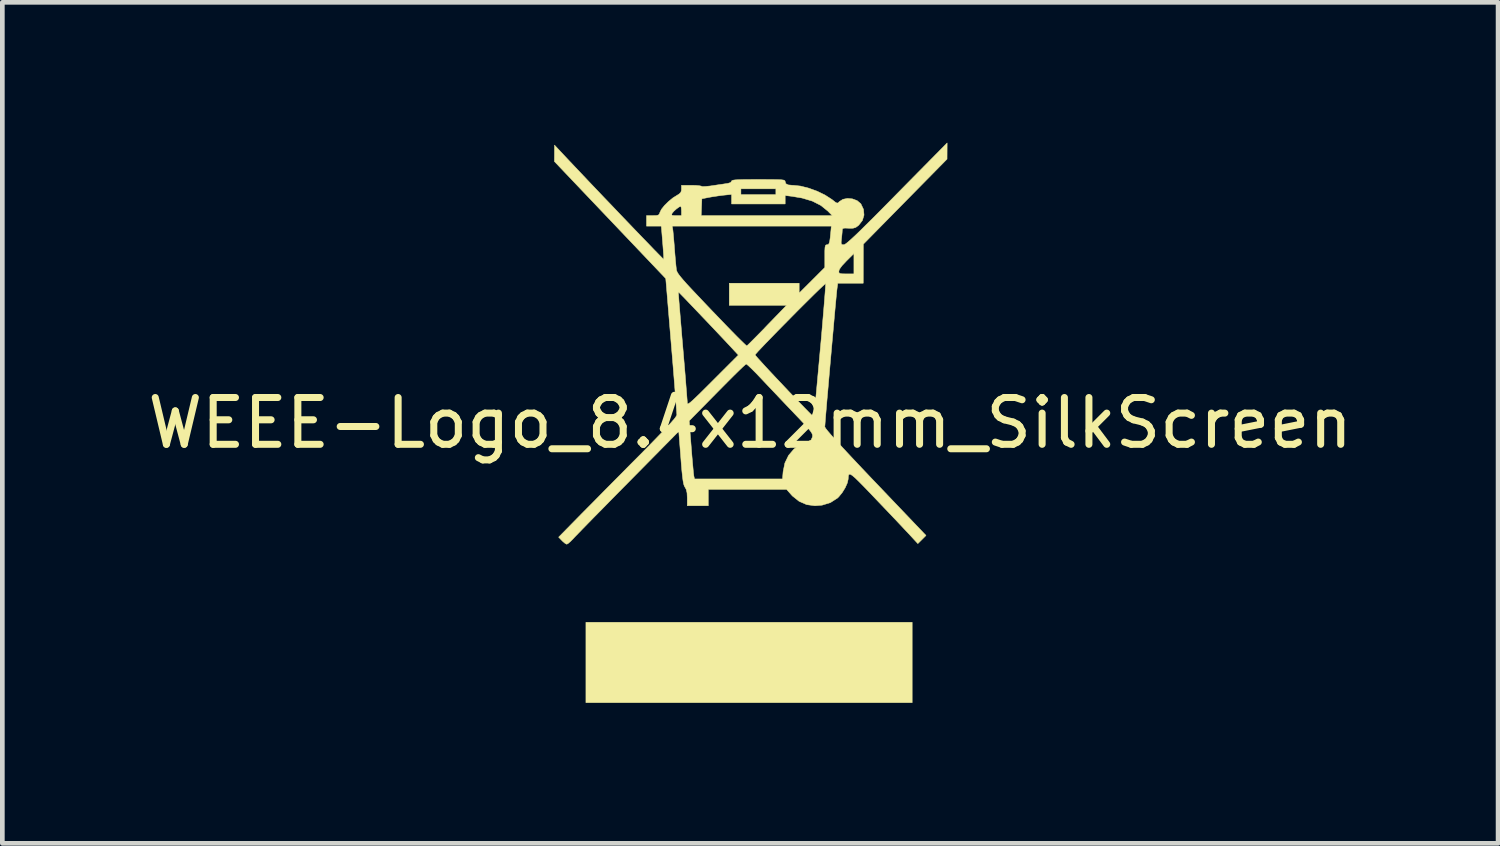
<source format=kicad_pcb>
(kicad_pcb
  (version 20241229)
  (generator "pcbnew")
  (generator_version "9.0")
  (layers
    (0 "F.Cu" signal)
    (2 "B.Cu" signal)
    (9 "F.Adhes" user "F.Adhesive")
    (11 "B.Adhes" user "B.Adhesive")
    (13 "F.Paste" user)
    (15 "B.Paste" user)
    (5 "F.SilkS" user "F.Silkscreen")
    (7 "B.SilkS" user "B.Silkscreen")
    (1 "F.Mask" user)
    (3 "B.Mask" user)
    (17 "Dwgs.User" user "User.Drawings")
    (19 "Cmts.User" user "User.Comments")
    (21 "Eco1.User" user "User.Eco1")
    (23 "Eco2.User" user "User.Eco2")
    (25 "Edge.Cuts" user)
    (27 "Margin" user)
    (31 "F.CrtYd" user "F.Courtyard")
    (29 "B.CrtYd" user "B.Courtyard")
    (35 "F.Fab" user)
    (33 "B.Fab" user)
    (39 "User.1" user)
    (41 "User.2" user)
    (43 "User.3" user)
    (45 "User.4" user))
  (footprint "WEEE-Logo_8.4x12mm_SilkScreen"
    (layer "F.Cu")
    (at 12.982 5.99)
    (property "Reference" "WEEE-Logo_8.4x12mm_SilkScreen" (at 0 0 0) (layer "F.SilkS") (effects (font (size 1 1) (thickness 0.15))))
    (attr board_only exclude_from_pos_files exclude_from_bom allow_missing_courtyard)
    (fp_poly (pts (xy 3.461 5.976) (xy -3.511 5.976) (xy -3.511 4.258) (xy 3.461 4.258) (xy 3.461 5.976)) (stroke (width 0.01) (type solid)) (fill yes) (layer "F.SilkS"))
    (fp_poly (pts (xy 4.207 -5.813) (xy 4.206 -5.64) (xy 3.311 -4.731) (xy 2.417 -3.822) (xy 2.415 -2.988) (xy 1.871 -2.988) (xy 1.857 -2.882) (xy 1.851 -2.834) (xy 1.842 -2.743) (xy 1.83 -2.615) (xy 1.815 -2.456) (xy 1.798 -2.269) (xy 1.78 -2.062) (xy 1.76 -1.84) (xy 1.739 -1.607) (xy 1.718 -1.37) (xy 1.697 -1.133) (xy 1.677 -0.903) (xy 1.658 -0.684) (xy 1.64 -0.482) (xy 1.625 -0.303) (xy 1.612 -0.151) (xy 1.603 -0.033) (xy 1.597 0.047) (xy 1.594 0.082) (xy 1.594 0.082) (xy 1.61 0.111) (xy 1.656 0.17) (xy 1.733 0.26) (xy 1.842 0.381) (xy 1.983 0.535) (xy 2.157 0.722) (xy 2.365 0.943) (xy 2.608 1.199) (xy 2.676 1.27) (xy 3.757 2.403) (xy 3.67 2.49) (xy 3.582 2.577) (xy 3.441 2.424) (xy 3.389 2.368) (xy 3.308 2.282) (xy 3.204 2.171) (xy 3.081 2.041) (xy 2.945 1.898) (xy 2.801 1.747) (xy 2.715 1.657) (xy 2.554 1.488) (xy 2.423 1.352) (xy 2.32 1.248) (xy 2.242 1.172) (xy 2.184 1.123) (xy 2.144 1.097) (xy 2.118 1.093) (xy 2.104 1.108) (xy 2.097 1.139) (xy 2.094 1.184) (xy 2.094 1.197) (xy 2.075 1.281) (xy 2.029 1.384) (xy 1.965 1.488) (xy 1.892 1.577) (xy 1.863 1.605) (xy 1.713 1.701) (xy 1.537 1.755) (xy 1.383 1.768) (xy 1.207 1.744) (xy 1.045 1.673) (xy 0.901 1.558) (xy 0.875 1.529) (xy 0.778 1.419) (xy -0.896 1.419) (xy -0.896 1.768) (xy -1.345 1.768) (xy -1.345 1.605) (xy -1.35 1.494) (xy -1.369 1.417) (xy -1.392 1.375) (xy -1.409 1.345) (xy -1.423 1.301) (xy -1.435 1.238) (xy -1.447 1.148) (xy -1.46 1.025) (xy -1.474 0.863) (xy -1.483 0.742) (xy -1.527 0.177) (xy -2.601 1.265) (xy -2.796 1.462) (xy -2.982 1.651) (xy -3.157 1.83) (xy -3.318 1.993) (xy -3.461 2.139) (xy -3.582 2.263) (xy -3.678 2.362) (xy -3.747 2.433) (xy -3.783 2.472) (xy -3.843 2.533) (xy -3.894 2.576) (xy -3.921 2.59) (xy -3.955 2.573) (xy -4.005 2.531) (xy -4.022 2.514) (xy -4.094 2.439) (xy -3.697 2.035) (xy -3.596 1.932) (xy -3.465 1.8) (xy -3.31 1.644) (xy -3.138 1.469) (xy -2.954 1.283) (xy -2.763 1.091) (xy -2.572 0.897) (xy -2.434 0.759) (xy -2.225 0.548) (xy -2.05 0.369) (xy -1.906 0.22) (xy -1.79 0.099) (xy -1.702 0.003) (xy -1.658 -0.047) (xy -1.305 -0.047) (xy -1.26 0.518) (xy -1.247 0.684) (xy -1.234 0.835) (xy -1.222 0.965) (xy -1.213 1.064) (xy -1.205 1.126) (xy -1.203 1.139) (xy -1.19 1.195) (xy 0.69 1.195) (xy 0.703 1.039) (xy 0.741 0.854) (xy 0.82 0.691) (xy 0.936 0.555) (xy 1.083 0.452) (xy 1.248 0.39) (xy 1.302 0.361) (xy 1.329 0.299) (xy 1.329 0.296) (xy 1.332 0.27) (xy 1.328 0.243) (xy 1.313 0.21) (xy 1.283 0.167) (xy 1.234 0.108) (xy 1.163 0.029) (xy 1.065 -0.076) (xy 0.936 -0.211) (xy 0.928 -0.22) (xy 0.789 -0.365) (xy 0.642 -0.52) (xy 0.496 -0.674) (xy 0.362 -0.815) (xy 0.249 -0.935) (xy 0.224 -0.961) (xy 0.128 -1.062) (xy 0.042 -1.148) (xy -0.027 -1.214) (xy -0.072 -1.253) (xy -0.087 -1.261) (xy -0.11 -1.243) (xy -0.164 -1.194) (xy -0.244 -1.117) (xy -0.346 -1.017) (xy -0.466 -0.897) (xy -0.599 -0.763) (xy -0.709 -0.652) (xy -1.305 -0.047) (xy -1.658 -0.047) (xy -1.637 -0.07) (xy -1.595 -0.124) (xy -1.573 -0.159) (xy -1.568 -0.175) (xy -1.57 -0.211) (xy -1.576 -0.291) (xy -1.585 -0.412) (xy -1.597 -0.569) (xy -1.612 -0.757) (xy -1.629 -0.971) (xy -1.648 -1.207) (xy -1.669 -1.46) (xy -1.686 -1.662) (xy -1.781 -2.803) (xy -1.536 -2.803) (xy -1.535 -2.778) (xy -1.53 -2.709) (xy -1.522 -2.6) (xy -1.51 -2.456) (xy -1.496 -2.282) (xy -1.479 -2.083) (xy -1.461 -1.863) (xy -1.443 -1.655) (xy -1.423 -1.419) (xy -1.404 -1.196) (xy -1.387 -0.992) (xy -1.373 -0.811) (xy -1.361 -0.66) (xy -1.352 -0.543) (xy -1.346 -0.466) (xy -1.345 -0.436) (xy -1.343 -0.417) (xy -1.333 -0.41) (xy -1.314 -0.417) (xy -1.28 -0.441) (xy -1.228 -0.486) (xy -1.156 -0.554) (xy -1.058 -0.649) (xy -0.932 -0.774) (xy -0.799 -0.907) (xy -0.253 -1.453) (xy -0.257 -1.457) (xy 0.104 -1.457) (xy 0.121 -1.434) (xy 0.167 -1.381) (xy 0.238 -1.303) (xy 0.329 -1.203) (xy 0.436 -1.088) (xy 0.555 -0.961) (xy 0.68 -0.829) (xy 0.806 -0.695) (xy 0.93 -0.565) (xy 1.047 -0.443) (xy 1.152 -0.335) (xy 1.24 -0.245) (xy 1.307 -0.178) (xy 1.348 -0.139) (xy 1.36 -0.131) (xy 1.363 -0.157) (xy 1.371 -0.227) (xy 1.382 -0.339) (xy 1.397 -0.487) (xy 1.414 -0.667) (xy 1.433 -0.874) (xy 1.454 -1.104) (xy 1.477 -1.353) (xy 1.495 -1.553) (xy 1.519 -1.813) (xy 1.54 -2.059) (xy 1.559 -2.284) (xy 1.576 -2.486) (xy 1.59 -2.659) (xy 1.601 -2.799) (xy 1.608 -2.902) (xy 1.612 -2.963) (xy 1.611 -2.979) (xy 1.592 -2.965) (xy 1.542 -2.919) (xy 1.466 -2.847) (xy 1.368 -2.752) (xy 1.254 -2.639) (xy 1.126 -2.512) (xy 0.99 -2.376) (xy 0.85 -2.234) (xy 0.711 -2.093) (xy 0.575 -1.955) (xy 0.449 -1.825) (xy 0.336 -1.709) (xy 0.241 -1.609) (xy 0.167 -1.531) (xy 0.121 -1.479) (xy 0.104 -1.457) (xy -0.257 -1.457) (xy -0.456 -1.671) (xy -0.56 -1.782) (xy -0.676 -1.905) (xy -0.801 -2.037) (xy -0.929 -2.172) (xy -1.056 -2.305) (xy -1.177 -2.432) (xy -1.288 -2.548) (xy -1.383 -2.648) (xy -1.46 -2.727) (xy -1.512 -2.78) (xy -1.536 -2.802) (xy -1.536 -2.803) (xy -1.781 -2.803) (xy -1.805 -3.088) (xy -4.184 -5.589) (xy -4.182 -5.939) (xy -3.99 -5.734) (xy -3.882 -5.619) (xy -3.755 -5.485) (xy -3.612 -5.334) (xy -3.457 -5.17) (xy -3.292 -4.997) (xy -3.122 -4.818) (xy -2.949 -4.638) (xy -2.778 -4.458) (xy -2.611 -4.284) (xy -2.452 -4.118) (xy -2.304 -3.964) (xy -2.171 -3.827) (xy -2.057 -3.708) (xy -1.964 -3.613) (xy -1.896 -3.544) (xy -1.857 -3.505) (xy -1.848 -3.497) (xy -1.848 -3.523) (xy -1.851 -3.59) (xy -1.858 -3.688) (xy -1.867 -3.808) (xy -1.871 -3.856) (xy -1.9 -4.208) (xy -1.669 -4.208) (xy -1.657 -4.152) (xy -1.651 -4.108) (xy -1.643 -4.025) (xy -1.633 -3.913) (xy -1.622 -3.783) (xy -1.619 -3.735) (xy -1.608 -3.598) (xy -1.597 -3.47) (xy -1.587 -3.364) (xy -1.579 -3.292) (xy -1.578 -3.279) (xy -1.571 -3.252) (xy -1.557 -3.22) (xy -1.532 -3.181) (xy -1.493 -3.13) (xy -1.437 -3.063) (xy -1.362 -2.978) (xy -1.263 -2.871) (xy -1.138 -2.739) (xy -0.985 -2.577) (xy -0.828 -2.412) (xy -0.672 -2.25) (xy -0.527 -2.099) (xy -0.396 -1.964) (xy -0.282 -1.848) (xy -0.189 -1.756) (xy -0.121 -1.69) (xy -0.082 -1.654) (xy -0.074 -1.649) (xy -0.051 -1.668) (xy 0.000058 -1.718) (xy 0.076 -1.794) (xy 0.172 -1.891) (xy 0.282 -2.003) (xy 0.361 -2.086) (xy 0.777 -2.515) (xy -0.448 -2.515) (xy -0.448 -2.988) (xy 1.046 -2.988) (xy 1.046 -2.777) (xy 1.32 -3.05) (xy 1.514 -3.244) (xy 1.893 -3.244) (xy 1.896 -3.214) (xy 1.914 -3.197) (xy 1.959 -3.189) (xy 2.04 -3.187) (xy 2.054 -3.187) (xy 2.216 -3.187) (xy 2.216 -3.622) (xy 2.054 -3.461) (xy 1.963 -3.364) (xy 1.908 -3.289) (xy 1.893 -3.244) (xy 1.514 -3.244) (xy 1.594 -3.324) (xy 1.594 -3.567) (xy 1.594 -3.679) (xy 1.598 -3.75) (xy 1.606 -3.789) (xy 1.62 -3.806) (xy 1.642 -3.81) (xy 1.666 -3.815) (xy 1.684 -3.836) (xy 1.698 -3.881) (xy 1.709 -3.957) (xy 1.721 -4.073) (xy 1.725 -4.115) (xy 1.733 -4.208) (xy -1.669 -4.208) (xy -1.9 -4.208) (xy -2.216 -4.208) (xy -2.216 -4.433) (xy -2.082 -4.433) (xy -2.003 -4.435) (xy -1.961 -4.445) (xy -1.956 -4.451) (xy -1.681 -4.451) (xy -1.666 -4.437) (xy -1.616 -4.433) (xy -1.582 -4.433) (xy -1.469 -4.433) (xy -1.048 -4.433) (xy 1.753 -4.433) (xy 1.658 -4.53) (xy 1.511 -4.649) (xy 1.329 -4.742) (xy 1.109 -4.808) (xy 0.89 -4.845) (xy 0.747 -4.862) (xy 0.747 -4.682) (xy -0.398 -4.682) (xy -0.398 -4.886) (xy -0.567 -4.869) (xy -0.684 -4.854) (xy -0.809 -4.835) (xy -0.884 -4.822) (xy -1.033 -4.792) (xy -1.041 -4.612) (xy -1.048 -4.433) (xy -1.469 -4.433) (xy -1.469 -4.532) (xy -1.473 -4.595) (xy -1.481 -4.629) (xy -1.484 -4.632) (xy -1.521 -4.616) (xy -1.575 -4.577) (xy -1.629 -4.529) (xy -1.666 -4.486) (xy -1.669 -4.481) (xy -1.681 -4.451) (xy -1.956 -4.451) (xy -1.94 -4.47) (xy -1.932 -4.496) (xy -1.898 -4.566) (xy -1.832 -4.649) (xy -1.746 -4.734) (xy -1.652 -4.811) (xy -1.59 -4.85) (xy -1.519 -4.894) (xy -1.483 -4.93) (xy -1.47 -4.973) (xy -1.469 -4.999) (xy -1.469 -5.005) (xy -0.199 -5.005) (xy -0.199 -4.881) (xy 0.548 -4.881) (xy 0.548 -5.005) (xy -0.199 -5.005) (xy -1.469 -5.005) (xy -1.469 -5.08) (xy -1.26 -5.08) (xy -1.163 -5.078) (xy -1.088 -5.071) (xy -1.046 -5.063) (xy -1.042 -5.059) (xy -1.015 -5.053) (xy -0.951 -5.056) (xy -0.859 -5.065) (xy -0.797 -5.074) (xy -0.684 -5.091) (xy -0.58 -5.106) (xy -0.502 -5.118) (xy -0.479 -5.121) (xy -0.42 -5.139) (xy -0.398 -5.168) (xy -0.392 -5.18) (xy -0.369 -5.189) (xy -0.323 -5.196) (xy -0.25 -5.2) (xy -0.143 -5.203) (xy 0.003 -5.204) (xy 0.174 -5.205) (xy 0.358 -5.204) (xy 0.497 -5.203) (xy 0.598 -5.201) (xy 0.668 -5.198) (xy 0.712 -5.192) (xy 0.735 -5.183) (xy 0.745 -5.171) (xy 0.747 -5.157) (xy 0.762 -5.114) (xy 0.812 -5.089) (xy 0.903 -5.08) (xy 0.919 -5.08) (xy 1.073 -5.064) (xy 1.248 -5.02) (xy 1.428 -4.955) (xy 1.597 -4.873) (xy 1.74 -4.781) (xy 1.759 -4.767) (xy 1.819 -4.719) (xy 1.855 -4.7) (xy 1.88 -4.706) (xy 1.905 -4.732) (xy 1.981 -4.781) (xy 2.079 -4.8) (xy 2.185 -4.79) (xy 2.284 -4.753) (xy 2.359 -4.69) (xy 2.365 -4.683) (xy 2.421 -4.566) (xy 2.432 -4.444) (xy 2.397 -4.328) (xy 2.319 -4.228) (xy 2.31 -4.22) (xy 2.255 -4.18) (xy 2.198 -4.163) (xy 2.12 -4.162) (xy 2.1 -4.163) (xy 2.023 -4.166) (xy 1.983 -4.159) (xy 1.968 -4.14) (xy 1.967 -4.121) (xy 1.964 -4.068) (xy 1.956 -3.988) (xy 1.951 -3.941) (xy 1.943 -3.865) (xy 1.947 -3.826) (xy 1.965 -3.812) (xy 1.999 -3.81) (xy 2.019 -3.816) (xy 2.051 -3.837) (xy 2.098 -3.875) (xy 2.161 -3.931) (xy 2.244 -4.008) (xy 2.349 -4.109) (xy 2.477 -4.236) (xy 2.633 -4.39) (xy 2.817 -4.575) (xy 3.032 -4.793) (xy 3.135 -4.898) (xy 4.208 -5.985) (xy 4.207 -5.813)) (stroke (width 0.01) (type solid)) (fill yes) (layer "F.SilkS")))
  (gr_rect
    (start -3 -3)
    (end 28.964 14.972)
    (stroke (width 0.1) (type default))
    (fill no)
    (layer "Edge.Cuts")))
</source>
